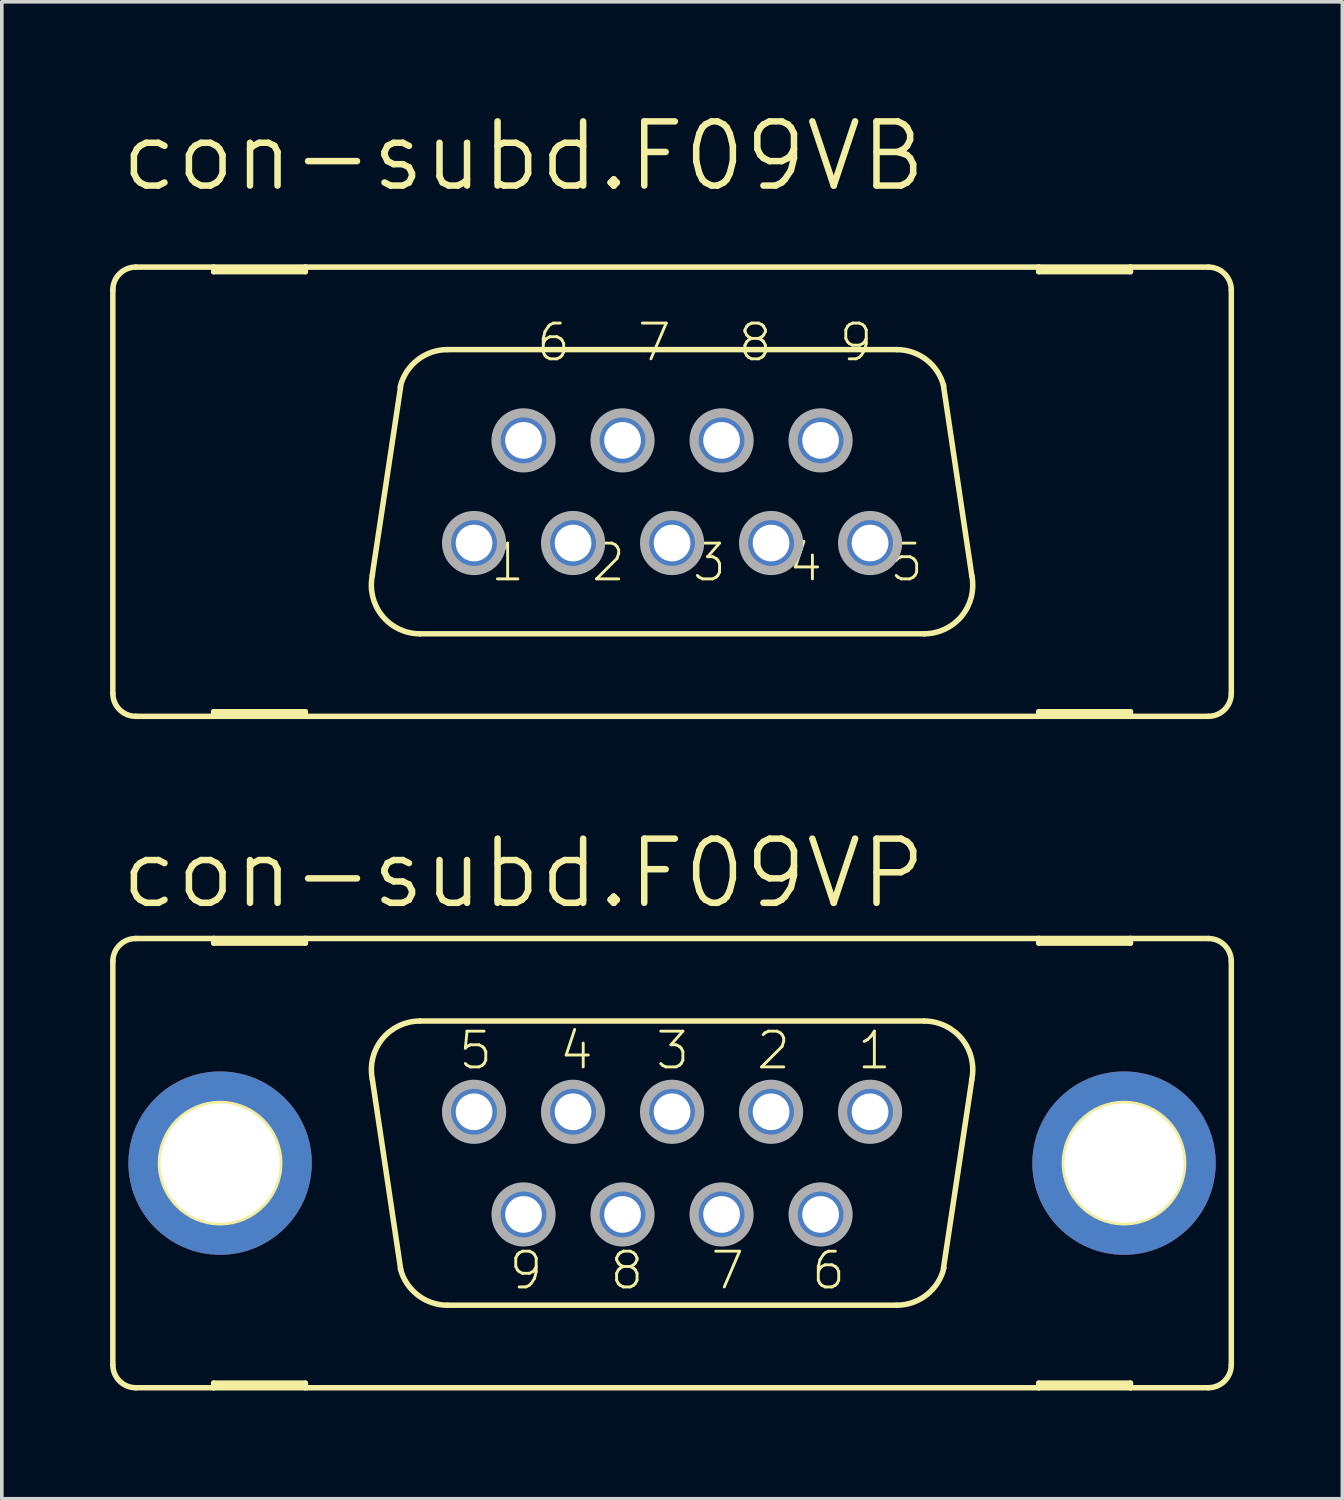
<source format=kicad_pcb>
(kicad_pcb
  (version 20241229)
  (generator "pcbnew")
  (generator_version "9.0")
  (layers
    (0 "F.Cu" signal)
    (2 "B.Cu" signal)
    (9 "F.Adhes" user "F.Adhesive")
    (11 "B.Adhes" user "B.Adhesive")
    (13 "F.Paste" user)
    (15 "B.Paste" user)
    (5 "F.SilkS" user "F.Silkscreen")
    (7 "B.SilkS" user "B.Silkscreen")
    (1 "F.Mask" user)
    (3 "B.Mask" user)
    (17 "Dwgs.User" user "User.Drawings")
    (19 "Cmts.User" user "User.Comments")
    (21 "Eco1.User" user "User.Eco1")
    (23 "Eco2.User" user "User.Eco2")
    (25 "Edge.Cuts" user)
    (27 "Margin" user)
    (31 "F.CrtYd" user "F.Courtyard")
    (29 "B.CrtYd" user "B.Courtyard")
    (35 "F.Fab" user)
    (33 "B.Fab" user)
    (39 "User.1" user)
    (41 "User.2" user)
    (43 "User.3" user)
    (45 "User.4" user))
  (footprint "con-subd.F09VP"
    (layer "F.Cu")
    (at 15.57 29.175)
    (property "Reference" "con-subd.F09VP" (at -15.367 -6.985 0) (layer "F.SilkS") (effects (font (size 1.778 1.778) (thickness 0.18)) (justify left bottom)))
    (attr through_hole)
    (fp_line (start -15.494 -5.588) (end -15.494 5.588) (stroke (width 0.152) (type default)) (layer "F.SilkS"))
    (fp_line (start -14.859 6.223) (end -12.7 6.223) (stroke (width 0.152) (type default)) (layer "F.SilkS"))
    (fp_line (start -12.7 -6.223) (end -14.859 -6.223) (stroke (width 0.152) (type default)) (layer "F.SilkS"))
    (fp_line (start -12.7 -6.223) (end -12.7 -6.096) (stroke (width 0.152) (type default)) (layer "F.SilkS"))
    (fp_line (start -12.7 -6.096) (end -10.16 -6.096) (stroke (width 0.152) (type default)) (layer "F.SilkS"))
    (fp_line (start -12.7 6.096) (end -10.16 6.096) (stroke (width 0.152) (type default)) (layer "F.SilkS"))
    (fp_line (start -12.7 6.223) (end -12.7 6.096) (stroke (width 0.152) (type default)) (layer "F.SilkS"))
    (fp_line (start -12.7 6.223) (end -10.16 6.223) (stroke (width 0.152) (type default)) (layer "F.SilkS"))
    (fp_line (start -10.16 -6.223) (end -12.7 -6.223) (stroke (width 0.152) (type default)) (layer "F.SilkS"))
    (fp_line (start -10.16 -6.096) (end -10.16 -6.223) (stroke (width 0.152) (type default)) (layer "F.SilkS"))
    (fp_line (start -10.16 6.096) (end -10.16 6.223) (stroke (width 0.152) (type default)) (layer "F.SilkS"))
    (fp_line (start -10.16 6.223) (end 10.16 6.223) (stroke (width 0.152) (type default)) (layer "F.SilkS"))
    (fp_line (start -7.518 2.946) (end -8.306 -2.337) (stroke (width 0.152) (type default)) (layer "F.SilkS"))
    (fp_line (start -6.985 -3.937) (end 6.985 -3.937) (stroke (width 0.152) (type default)) (layer "F.SilkS"))
    (fp_line (start -6.223 3.937) (end 6.223 3.937) (stroke (width 0.152) (type default)) (layer "F.SilkS"))
    (fp_line (start 8.306 -2.311) (end 7.518 2.921) (stroke (width 0.152) (type default)) (layer "F.SilkS"))
    (fp_line (start 10.16 -6.223) (end -10.16 -6.223) (stroke (width 0.152) (type default)) (layer "F.SilkS"))
    (fp_line (start 10.16 -6.223) (end 10.16 -6.096) (stroke (width 0.152) (type default)) (layer "F.SilkS"))
    (fp_line (start 10.16 -6.096) (end 12.7 -6.096) (stroke (width 0.152) (type default)) (layer "F.SilkS"))
    (fp_line (start 10.16 6.096) (end 12.7 6.096) (stroke (width 0.152) (type default)) (layer "F.SilkS"))
    (fp_line (start 10.16 6.223) (end 10.16 6.096) (stroke (width 0.152) (type default)) (layer "F.SilkS"))
    (fp_line (start 10.16 6.223) (end 12.7 6.223) (stroke (width 0.152) (type default)) (layer "F.SilkS"))
    (fp_line (start 12.7 -6.223) (end 10.16 -6.223) (stroke (width 0.152) (type default)) (layer "F.SilkS"))
    (fp_line (start 12.7 -6.096) (end 12.7 -6.223) (stroke (width 0.152) (type default)) (layer "F.SilkS"))
    (fp_line (start 12.7 6.096) (end 12.7 6.223) (stroke (width 0.152) (type default)) (layer "F.SilkS"))
    (fp_line (start 12.7 6.223) (end 14.859 6.223) (stroke (width 0.152) (type default)) (layer "F.SilkS"))
    (fp_line (start 14.859 -6.223) (end 12.7 -6.223) (stroke (width 0.152) (type default)) (layer "F.SilkS"))
    (fp_line (start 15.494 -5.588) (end 15.494 5.588) (stroke (width 0.152) (type default)) (layer "F.SilkS"))
    (fp_arc (start -15.494 -5.588) (mid -15.308013 -6.037013) (end -14.859 -6.223) (stroke (width 0.1524) (type default)) (layer "F.SilkS"))
    (fp_arc (start -14.859 6.223) (mid -15.308013 6.037013) (end -15.494 5.588) (stroke (width 0.1524) (type default)) (layer "F.SilkS"))
    (fp_arc (start -8.3051 -2.3268) (mid -8.026082 -3.444284) (end -6.985 -3.937) (stroke (width 0.1524) (type default)) (layer "F.SilkS"))
    (fp_arc (start -6.223 3.937) (mid -7.0465 3.655746) (end -7.5259 2.9295) (stroke (width 0.1524) (type default)) (layer "F.SilkS"))
    (fp_arc (start 6.985 -3.937) (mid 8.033556 -3.435184) (end 8.3005 -2.3038) (stroke (width 0.1524) (type default)) (layer "F.SilkS"))
    (fp_arc (start 7.5317 2.905) (mid 7.056256 3.647874) (end 6.223 3.937) (stroke (width 0.1524) (type default)) (layer "F.SilkS"))
    (fp_arc (start 14.859 -6.223) (mid 15.308013 -6.037013) (end 15.494 -5.588) (stroke (width 0.1524) (type default)) (layer "F.SilkS"))
    (fp_arc (start 15.494 5.588) (mid 15.308013 6.037013) (end 14.859 6.223) (stroke (width 0.1524) (type default)) (layer "F.SilkS"))
    (fp_circle (center -12.522 0) (end -10.871 0) (stroke (width 0.152) (type default)) (fill no) (layer "F.SilkS"))
    (fp_circle (center 12.522 0) (end 14.173 0) (stroke (width 0.152) (type default)) (fill no) (layer "F.SilkS"))
    (fp_circle (center -5.486 -1.422) (end -4.724 -1.422) (stroke (width 0.254) (type default)) (fill no) (layer "F.Fab"))
    (fp_circle (center -4.115 1.422) (end -3.353 1.422) (stroke (width 0.254) (type default)) (fill no) (layer "F.Fab"))
    (fp_circle (center -2.743 -1.422) (end -1.981 -1.422) (stroke (width 0.254) (type default)) (fill no) (layer "F.Fab"))
    (fp_circle (center -1.372 1.422) (end -0.61 1.422) (stroke (width 0.254) (type default)) (fill no) (layer "F.Fab"))
    (fp_circle (center 0 -1.422) (end 0.762 -1.422) (stroke (width 0.254) (type default)) (fill no) (layer "F.Fab"))
    (fp_circle (center 1.372 1.422) (end 2.134 1.422) (stroke (width 0.254) (type default)) (fill no) (layer "F.Fab"))
    (fp_circle (center 2.743 -1.422) (end 3.505 -1.422) (stroke (width 0.254) (type default)) (fill no) (layer "F.Fab"))
    (fp_circle (center 4.115 1.422) (end 4.877 1.422) (stroke (width 0.254) (type default)) (fill no) (layer "F.Fab"))
    (fp_circle (center 5.486 -1.422) (end 6.248 -1.422) (stroke (width 0.254) (type default)) (fill no) (layer "F.Fab"))
    (fp_text user "6" (at 3.81 3.556 0) (layer "F.SilkS") (effects (font (size 0.991 0.991) (thickness 0.08)) (justify left bottom)))
    (fp_text user "4" (at -3.175 -2.54 0) (layer "F.SilkS") (effects (font (size 0.991 0.991) (thickness 0.08)) (justify left bottom)))
    (fp_text user "9" (at -4.572 3.556 0) (layer "F.SilkS") (effects (font (size 0.991 0.991) (thickness 0.08)) (justify left bottom)))
    (fp_text user "1" (at 5.08 -2.54 0) (layer "F.SilkS") (effects (font (size 0.991 0.991) (thickness 0.08)) (justify left bottom)))
    (fp_text user "8" (at -1.778 3.556 0) (layer "F.SilkS") (effects (font (size 0.991 0.991) (thickness 0.08)) (justify left bottom)))
    (fp_text user "3" (at -0.508 -2.54 0) (layer "F.SilkS") (effects (font (size 0.991 0.991) (thickness 0.08)) (justify left bottom)))
    (fp_text user "7" (at 1.016 3.556 0) (layer "F.SilkS") (effects (font (size 0.991 0.991) (thickness 0.08)) (justify left bottom)))
    (fp_text user "5" (at -5.969 -2.54 0) (layer "F.SilkS") (effects (font (size 0.991 0.991) (thickness 0.08)) (justify left bottom)))
    (fp_text user "2" (at 2.286 -2.54 0) (layer "F.SilkS") (effects (font (size 0.991 0.991) (thickness 0.08)) (justify left bottom)))
    (pad "1" thru_hole circle (at 5.486 -1.422) (size 1.524 1.524) (drill 1.016) (layers "*.Cu" "*.Mask"))
    (pad "2" thru_hole circle (at 2.743 -1.422) (size 1.524 1.524) (drill 1.016) (layers "*.Cu" "*.Mask"))
    (pad "3" thru_hole circle (at 0 -1.422) (size 1.524 1.524) (drill 1.016) (layers "*.Cu" "*.Mask"))
    (pad "4" thru_hole circle (at -2.743 -1.422) (size 1.524 1.524) (drill 1.016) (layers "*.Cu" "*.Mask"))
    (pad "5" thru_hole circle (at -5.486 -1.422) (size 1.524 1.524) (drill 1.016) (layers "*.Cu" "*.Mask"))
    (pad "6" thru_hole circle (at 4.115 1.422) (size 1.524 1.524) (drill 1.016) (layers "*.Cu" "*.Mask"))
    (pad "7" thru_hole circle (at 1.372 1.422) (size 1.524 1.524) (drill 1.016) (layers "*.Cu" "*.Mask"))
    (pad "8" thru_hole circle (at -1.372 1.422) (size 1.524 1.524) (drill 1.016) (layers "*.Cu" "*.Mask"))
    (pad "9" thru_hole circle (at -4.115 1.422) (size 1.524 1.524) (drill 1.016) (layers "*.Cu" "*.Mask"))
    (pad "G1" thru_hole circle (at -12.522 0) (size 5.08 5.08) (drill 3.302) (layers "*.Cu" "*.Mask"))
    (pad "G2" thru_hole circle (at 12.522 0) (size 5.08 5.08) (drill 3.302) (layers "*.Cu" "*.Mask")))
  (footprint "con-subd.F09VB"
    (layer "F.Cu")
    (at 15.57 10.573)
    (property "Reference" "con-subd.F09VB" (at -15.367 -8.255 0) (layer "F.SilkS") (effects (font (size 1.778 1.778) (thickness 0.18)) (justify left bottom)))
    (attr through_hole)
    (fp_line (start -15.494 5.588) (end -15.494 -5.588) (stroke (width 0.152) (type default)) (layer "F.SilkS"))
    (fp_line (start -14.859 6.223) (end -12.7 6.223) (stroke (width 0.152) (type default)) (layer "F.SilkS"))
    (fp_line (start -12.7 -6.223) (end -14.859 -6.223) (stroke (width 0.152) (type default)) (layer "F.SilkS"))
    (fp_line (start -12.7 -6.096) (end -12.7 -6.223) (stroke (width 0.152) (type default)) (layer "F.SilkS"))
    (fp_line (start -12.7 6.096) (end -12.7 6.223) (stroke (width 0.152) (type default)) (layer "F.SilkS"))
    (fp_line (start -12.7 6.223) (end -10.16 6.223) (stroke (width 0.152) (type default)) (layer "F.SilkS"))
    (fp_line (start -10.16 -6.223) (end -12.7 -6.223) (stroke (width 0.152) (type default)) (layer "F.SilkS"))
    (fp_line (start -10.16 -6.223) (end -10.16 -6.096) (stroke (width 0.152) (type default)) (layer "F.SilkS"))
    (fp_line (start -10.16 -6.096) (end -12.7 -6.096) (stroke (width 0.152) (type default)) (layer "F.SilkS"))
    (fp_line (start -10.16 6.096) (end -12.7 6.096) (stroke (width 0.152) (type default)) (layer "F.SilkS"))
    (fp_line (start -10.16 6.223) (end -10.16 6.096) (stroke (width 0.152) (type default)) (layer "F.SilkS"))
    (fp_line (start -10.16 6.223) (end 10.16 6.223) (stroke (width 0.152) (type default)) (layer "F.SilkS"))
    (fp_line (start -8.306 2.311) (end -7.518 -2.921) (stroke (width 0.152) (type default)) (layer "F.SilkS"))
    (fp_line (start 6.223 -3.937) (end -6.223 -3.937) (stroke (width 0.152) (type default)) (layer "F.SilkS"))
    (fp_line (start 6.985 3.937) (end -6.985 3.937) (stroke (width 0.152) (type default)) (layer "F.SilkS"))
    (fp_line (start 7.518 -2.946) (end 8.306 2.337) (stroke (width 0.152) (type default)) (layer "F.SilkS"))
    (fp_line (start 10.16 -6.223) (end -10.16 -6.223) (stroke (width 0.152) (type default)) (layer "F.SilkS"))
    (fp_line (start 10.16 -6.096) (end 10.16 -6.223) (stroke (width 0.152) (type default)) (layer "F.SilkS"))
    (fp_line (start 10.16 6.096) (end 10.16 6.223) (stroke (width 0.152) (type default)) (layer "F.SilkS"))
    (fp_line (start 10.16 6.223) (end 12.7 6.223) (stroke (width 0.152) (type default)) (layer "F.SilkS"))
    (fp_line (start 12.7 -6.223) (end 10.16 -6.223) (stroke (width 0.152) (type default)) (layer "F.SilkS"))
    (fp_line (start 12.7 -6.223) (end 12.7 -6.096) (stroke (width 0.152) (type default)) (layer "F.SilkS"))
    (fp_line (start 12.7 -6.096) (end 10.16 -6.096) (stroke (width 0.152) (type default)) (layer "F.SilkS"))
    (fp_line (start 12.7 6.096) (end 10.16 6.096) (stroke (width 0.152) (type default)) (layer "F.SilkS"))
    (fp_line (start 12.7 6.223) (end 12.7 6.096) (stroke (width 0.152) (type default)) (layer "F.SilkS"))
    (fp_line (start 12.7 6.223) (end 14.859 6.223) (stroke (width 0.152) (type default)) (layer "F.SilkS"))
    (fp_line (start 14.859 -6.223) (end 12.7 -6.223) (stroke (width 0.152) (type default)) (layer "F.SilkS"))
    (fp_line (start 15.494 5.588) (end 15.494 -5.588) (stroke (width 0.152) (type default)) (layer "F.SilkS"))
    (fp_arc (start -15.494 -5.588) (mid -15.308013 -6.037013) (end -14.859 -6.223) (stroke (width 0.1524) (type default)) (layer "F.SilkS"))
    (fp_arc (start -14.859 6.223) (mid -15.308013 6.037013) (end -15.494 5.588) (stroke (width 0.1524) (type default)) (layer "F.SilkS"))
    (fp_arc (start -7.5317 -2.905) (mid -7.056256 -3.647874) (end -6.223 -3.937) (stroke (width 0.1524) (type default)) (layer "F.SilkS"))
    (fp_arc (start -6.985 3.937) (mid -8.033556 3.435184) (end -8.3005 2.3038) (stroke (width 0.1524) (type default)) (layer "F.SilkS"))
    (fp_arc (start 6.223 -3.937) (mid 7.0465 -3.655746) (end 7.5259 -2.9295) (stroke (width 0.1524) (type default)) (layer "F.SilkS"))
    (fp_arc (start 8.3051 2.3268) (mid 8.026082 3.444284) (end 6.985 3.937) (stroke (width 0.1524) (type default)) (layer "F.SilkS"))
    (fp_arc (start 14.859 -6.223) (mid 15.308013 -6.037013) (end 15.494 -5.588) (stroke (width 0.1524) (type default)) (layer "F.SilkS"))
    (fp_arc (start 15.494 5.588) (mid 15.308013 6.037013) (end 14.859 6.223) (stroke (width 0.1524) (type default)) (layer "F.SilkS"))
    (fp_circle (center -5.486 1.422) (end -4.724 1.422) (stroke (width 0.254) (type default)) (fill no) (layer "F.Fab"))
    (fp_circle (center -4.115 -1.422) (end -3.353 -1.422) (stroke (width 0.254) (type default)) (fill no) (layer "F.Fab"))
    (fp_circle (center -2.743 1.422) (end -1.981 1.422) (stroke (width 0.254) (type default)) (fill no) (layer "F.Fab"))
    (fp_circle (center -1.372 -1.422) (end -0.61 -1.422) (stroke (width 0.254) (type default)) (fill no) (layer "F.Fab"))
    (fp_circle (center 0 1.422) (end 0.762 1.422) (stroke (width 0.254) (type default)) (fill no) (layer "F.Fab"))
    (fp_circle (center 1.372 -1.422) (end 2.134 -1.422) (stroke (width 0.254) (type default)) (fill no) (layer "F.Fab"))
    (fp_circle (center 2.743 1.422) (end 3.505 1.422) (stroke (width 0.254) (type default)) (fill no) (layer "F.Fab"))
    (fp_circle (center 4.115 -1.422) (end 4.877 -1.422) (stroke (width 0.254) (type default)) (fill no) (layer "F.Fab"))
    (fp_circle (center 5.486 1.422) (end 6.248 1.422) (stroke (width 0.254) (type default)) (fill no) (layer "F.Fab"))
    (fp_text user "4" (at 3.175 2.54 180) (layer "F.SilkS") (effects (font (size 0.991 0.991) (thickness 0.08)) (justify left bottom)))
    (fp_text user "8" (at 1.778 -3.556 180) (layer "F.SilkS") (effects (font (size 0.991 0.991) (thickness 0.08)) (justify left bottom)))
    (fp_text user "5" (at 5.969 2.54 180) (layer "F.SilkS") (effects (font (size 0.991 0.991) (thickness 0.08)) (justify left bottom)))
    (fp_text user "6" (at -3.81 -3.556 180) (layer "F.SilkS") (effects (font (size 0.991 0.991) (thickness 0.08)) (justify left bottom)))
    (fp_text user "9" (at 4.572 -3.556 180) (layer "F.SilkS") (effects (font (size 0.991 0.991) (thickness 0.08)) (justify left bottom)))
    (fp_text user "7" (at -1.016 -3.556 180) (layer "F.SilkS") (effects (font (size 0.991 0.991) (thickness 0.08)) (justify left bottom)))
    (fp_text user "1" (at -5.08 2.54 180) (layer "F.SilkS") (effects (font (size 0.991 0.991) (thickness 0.08)) (justify left bottom)))
    (fp_text user "3" (at 0.508 2.54 180) (layer "F.SilkS") (effects (font (size 0.991 0.991) (thickness 0.08)) (justify left bottom)))
    (fp_text user "2" (at -2.286 2.54 180) (layer "F.SilkS") (effects (font (size 0.991 0.991) (thickness 0.08)) (justify left bottom)))
    (pad "1" thru_hole circle (at -5.486 1.422) (size 1.524 1.524) (drill 1.016) (layers "*.Cu" "*.Mask"))
    (pad "2" thru_hole circle (at -2.743 1.422) (size 1.524 1.524) (drill 1.016) (layers "*.Cu" "*.Mask"))
    (pad "3" thru_hole circle (at 0 1.422) (size 1.524 1.524) (drill 1.016) (layers "*.Cu" "*.Mask"))
    (pad "4" thru_hole circle (at 2.743 1.422) (size 1.524 1.524) (drill 1.016) (layers "*.Cu" "*.Mask"))
    (pad "5" thru_hole circle (at 5.486 1.422) (size 1.524 1.524) (drill 1.016) (layers "*.Cu" "*.Mask"))
    (pad "6" thru_hole circle (at -4.115 -1.422) (size 1.524 1.524) (drill 1.016) (layers "*.Cu" "*.Mask"))
    (pad "7" thru_hole circle (at -1.372 -1.422) (size 1.524 1.524) (drill 1.016) (layers "*.Cu" "*.Mask"))
    (pad "8" thru_hole circle (at 1.372 -1.422) (size 1.524 1.524) (drill 1.016) (layers "*.Cu" "*.Mask"))
    (pad "9" thru_hole circle (at 4.115 -1.422) (size 1.524 1.524) (drill 1.016) (layers "*.Cu" "*.Mask")))
  (gr_rect
    (start -3 -3)
    (end 34.14 38.474)
    (stroke (width 0.1) (type default))
    (fill no)
    (layer "Edge.Cuts")))
</source>
